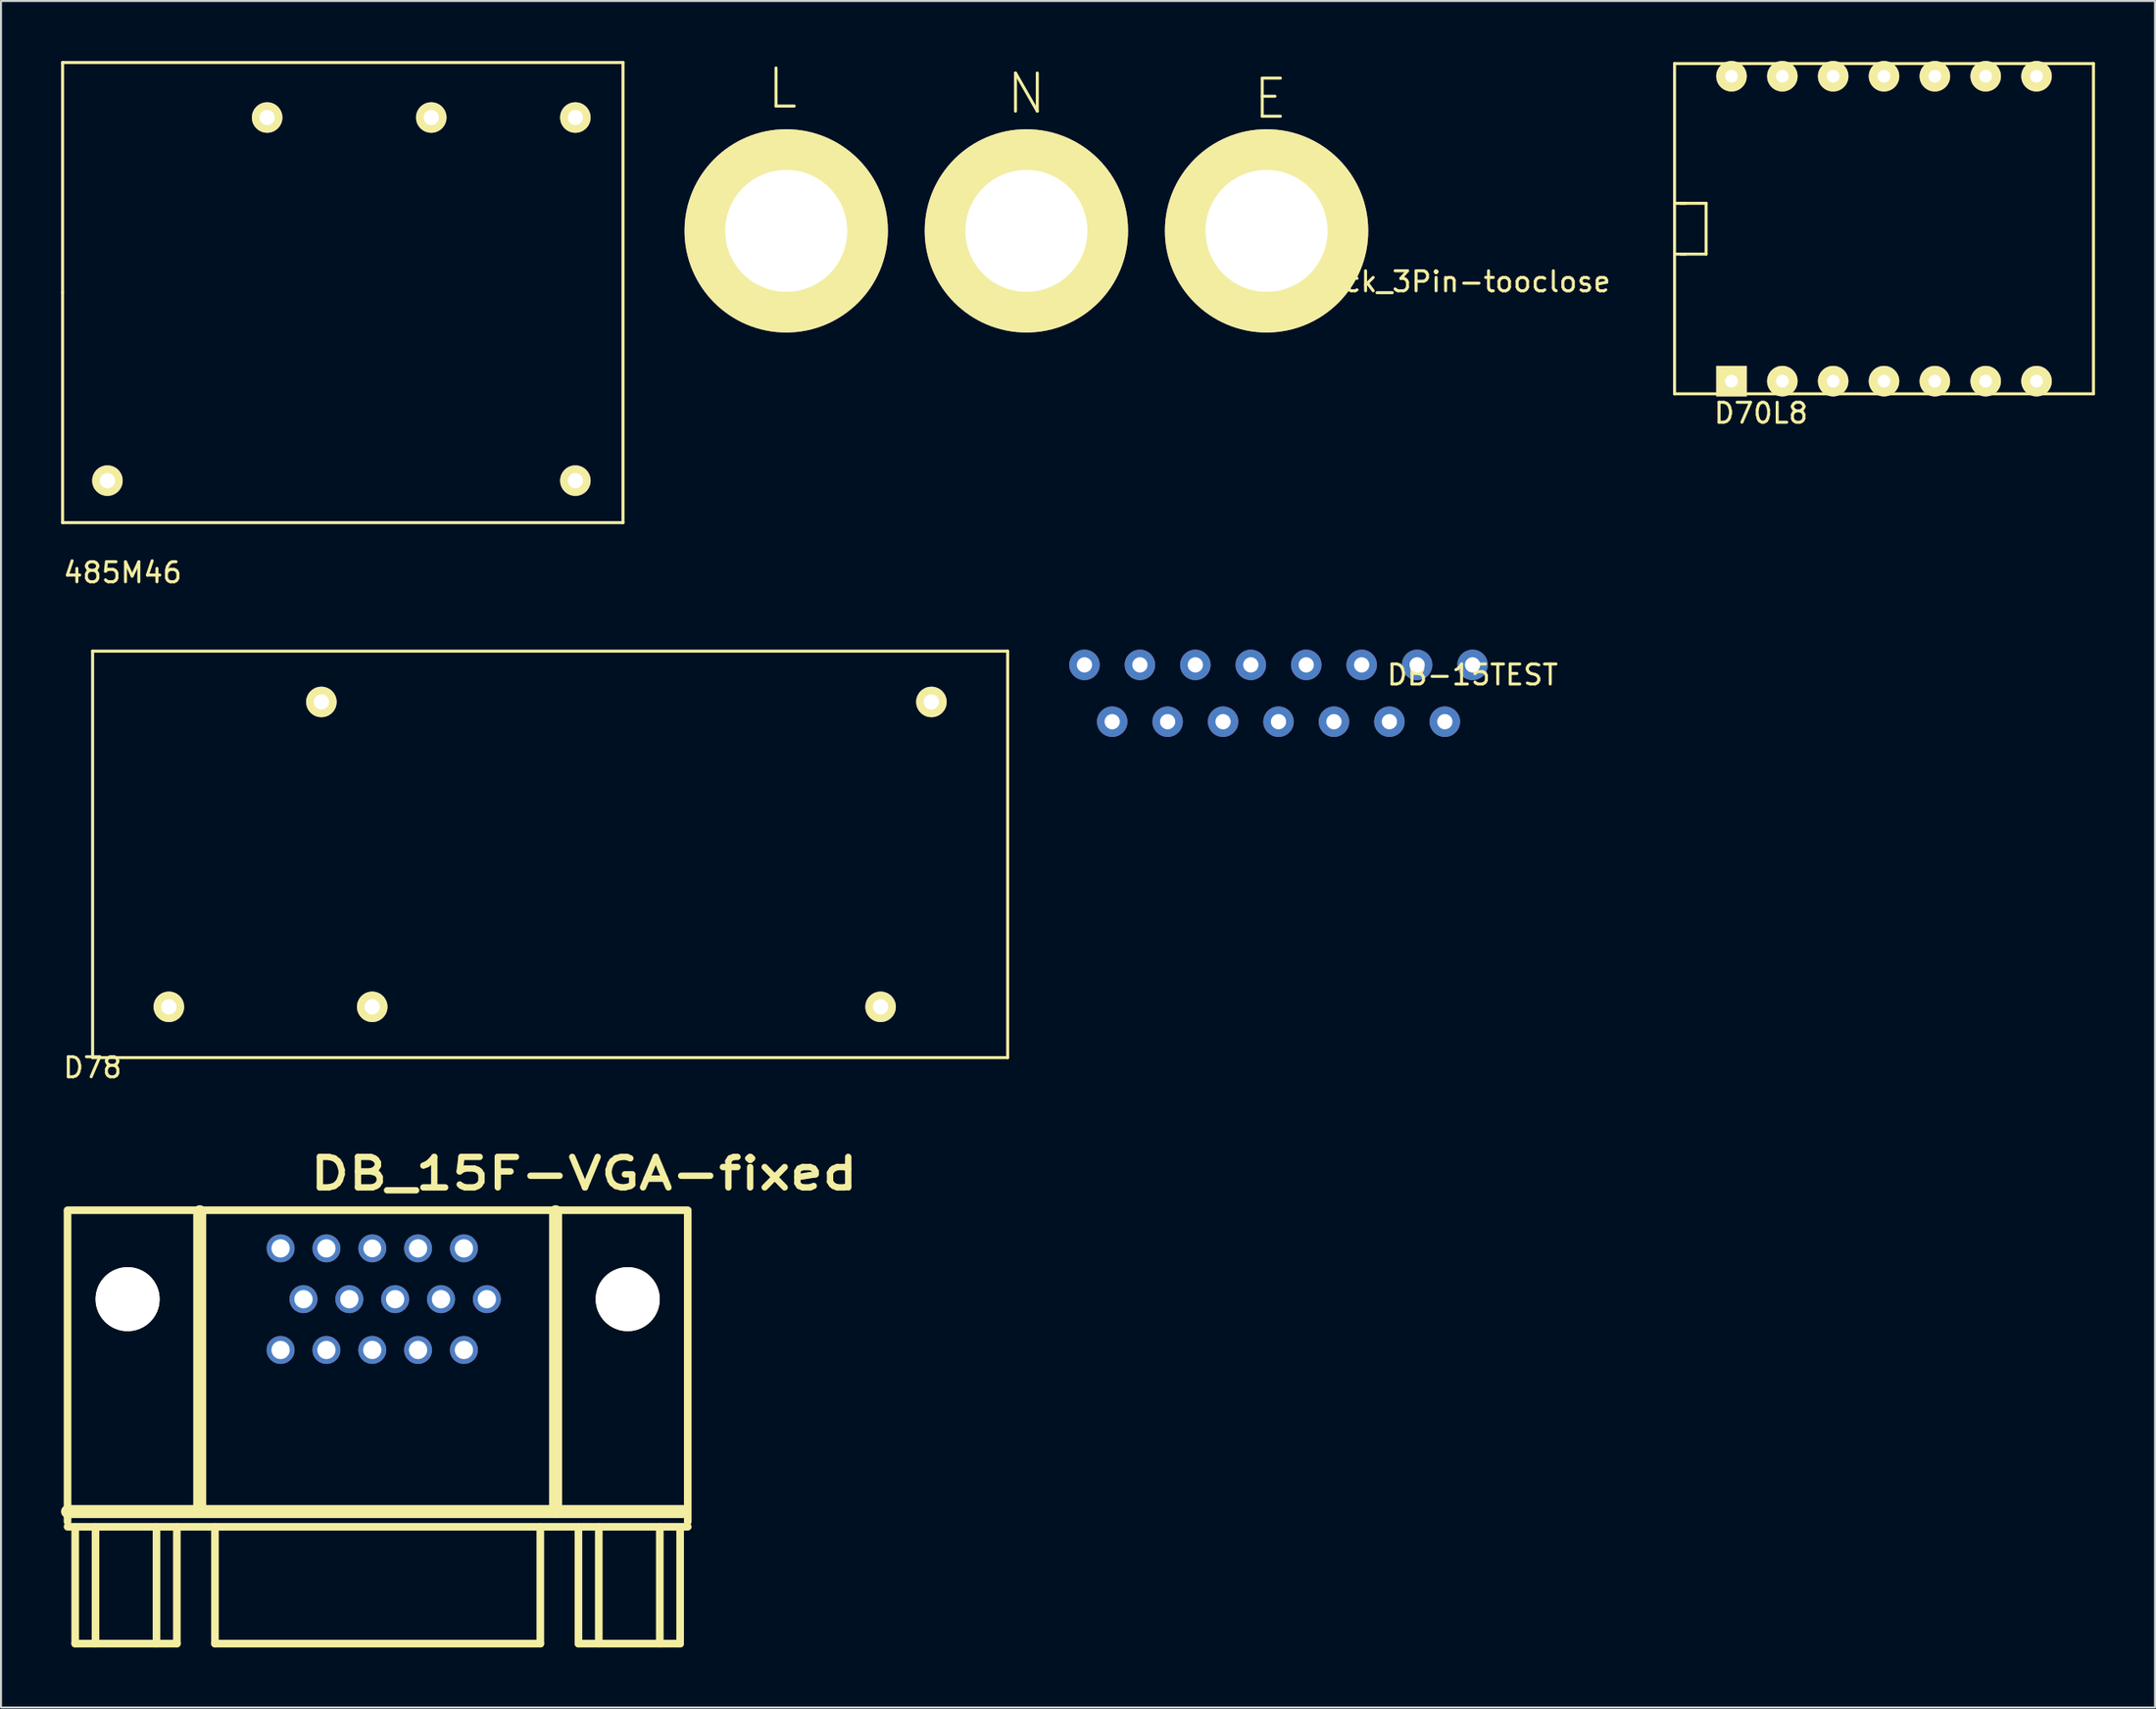
<source format=kicad_pcb>
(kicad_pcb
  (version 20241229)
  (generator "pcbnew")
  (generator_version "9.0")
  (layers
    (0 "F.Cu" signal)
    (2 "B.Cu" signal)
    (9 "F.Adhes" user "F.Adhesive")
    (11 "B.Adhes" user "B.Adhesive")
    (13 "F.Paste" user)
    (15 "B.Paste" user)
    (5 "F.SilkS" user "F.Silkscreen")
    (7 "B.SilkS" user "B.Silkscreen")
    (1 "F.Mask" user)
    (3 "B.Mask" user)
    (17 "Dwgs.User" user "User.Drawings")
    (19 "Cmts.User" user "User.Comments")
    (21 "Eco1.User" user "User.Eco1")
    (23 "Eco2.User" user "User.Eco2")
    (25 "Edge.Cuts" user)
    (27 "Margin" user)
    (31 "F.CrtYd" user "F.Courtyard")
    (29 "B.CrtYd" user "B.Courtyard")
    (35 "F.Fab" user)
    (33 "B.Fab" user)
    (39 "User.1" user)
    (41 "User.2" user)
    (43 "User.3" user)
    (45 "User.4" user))
  (footprint "Banana_Jack_3Pin-tooclose"
    (layer "F.Cu")
    (at 48.232 8.49)
    (property "Reference" "Banana_Jack_3Pin-tooclose" (at 18.542 2.54 0) (layer "F.SilkS") (effects (font (size 1 1) (thickness 0.15))))
    (attr through_hole)
    (fp_text user "E" (at 12.192 -6.604 0) (layer "F.SilkS") (effects (font (size 1.905 1.905) (thickness 0.15))))
    (fp_text user "N" (at 0 -6.858 0) (layer "F.SilkS") (effects (font (size 1.905 1.905) (thickness 0.15))))
    (fp_text user "L" (at -12.192 -7.112 0) (layer "F.SilkS") (effects (font (size 1.905 1.905) (thickness 0.15))))
    (pad "1" thru_hole circle (at -12 0) (size 10.16 10.16) (drill 6.096) (layers "*.Cu" "*.Mask" "F.SilkS"))
    (pad "2" thru_hole circle (at 0 0) (size 10.16 10.16) (drill 6.096) (layers "*.Cu" "*.Mask" "F.SilkS"))
    (pad "3" thru_hole circle (at 12 0) (size 10.16 10.16) (drill 6.096) (layers "*.Cu" "*.Mask" "F.SilkS")))
  (footprint "DB-15TEST"
    (layer "F.Cu")
    (at 70.524 30.185)
    (property "Reference" "DB-15TEST" (at 0 0.5 0) (layer "F.SilkS") (effects (font (size 1 1) (thickness 0.15))))
    (attr through_hole)
    (pad "1" thru_hole circle (at 0 0) (size 1.524 1.524) (drill 0.762) (layers "*.Cu" "*.Mask"))
    (pad "2" thru_hole circle (at -2.77 0) (size 1.524 1.524) (drill 0.762) (layers "*.Cu" "*.Mask"))
    (pad "3" thru_hole circle (at -5.54 0) (size 1.524 1.524) (drill 0.762) (layers "*.Cu" "*.Mask"))
    (pad "4" thru_hole circle (at -8.31 0) (size 1.524 1.524) (drill 0.762) (layers "*.Cu" "*.Mask"))
    (pad "5" thru_hole circle (at -11.08 0) (size 1.524 1.524) (drill 0.762) (layers "*.Cu" "*.Mask"))
    (pad "6" thru_hole circle (at -13.85 0) (size 1.524 1.524) (drill 0.762) (layers "*.Cu" "*.Mask"))
    (pad "7" thru_hole circle (at -16.62 0) (size 1.524 1.524) (drill 0.762) (layers "*.Cu" "*.Mask"))
    (pad "8" thru_hole circle (at -19.39 0) (size 1.524 1.524) (drill 0.762) (layers "*.Cu" "*.Mask"))
    (pad "9" thru_hole circle (at -1.385 2.84) (size 1.524 1.524) (drill 0.762) (layers "*.Cu" "*.Mask"))
    (pad "10" thru_hole circle (at -4.155 2.84) (size 1.524 1.524) (drill 0.762) (layers "*.Cu" "*.Mask"))
    (pad "11" thru_hole circle (at -6.925 2.84) (size 1.524 1.524) (drill 0.762) (layers "*.Cu" "*.Mask"))
    (pad "12" thru_hole circle (at -9.695 2.84) (size 1.524 1.524) (drill 0.762) (layers "*.Cu" "*.Mask"))
    (pad "13" thru_hole circle (at -12.465 2.84) (size 1.524 1.524) (drill 0.762) (layers "*.Cu" "*.Mask"))
    (pad "14" thru_hole circle (at -15.235 2.84) (size 1.524 1.524) (drill 0.762) (layers "*.Cu" "*.Mask"))
    (pad "15" thru_hole circle (at -18.005 2.84) (size 1.524 1.524) (drill 0.762) (layers "*.Cu" "*.Mask")))
  (footprint "D78"
    (layer "F.Cu")
    (at 1.577 49.818)
    (property "Reference" "D78" (at 0 0.5 0) (layer "F.SilkS") (effects (font (size 1 1) (thickness 0.15))))
    (attr through_hole)
    (fp_line (start 0 -20.32) (end 0 0) (stroke (width 0.15) (type solid)) (layer "F.SilkS"))
    (fp_line (start 0 0) (end 45.72 0) (stroke (width 0.15) (type solid)) (layer "F.SilkS"))
    (fp_line (start 45.72 -20.32) (end 0 -20.32) (stroke (width 0.15) (type solid)) (layer "F.SilkS"))
    (fp_line (start 45.72 0) (end 45.72 -20.32) (stroke (width 0.15) (type solid)) (layer "F.SilkS"))
    (pad "1" thru_hole circle (at 11.43 -17.78) (size 1.524 1.524) (drill 0.762) (layers "*.Cu" "*.Mask" "F.SilkS"))
    (pad "2" thru_hole circle (at 41.91 -17.78) (size 1.524 1.524) (drill 0.762) (layers "*.Cu" "*.Mask" "F.SilkS"))
    (pad "3" thru_hole circle (at 39.37 -2.54) (size 1.524 1.524) (drill 0.762) (layers "*.Cu" "*.Mask" "F.SilkS"))
    (pad "4" thru_hole circle (at 13.97 -2.54) (size 1.524 1.524) (drill 0.762) (layers "*.Cu" "*.Mask" "F.SilkS"))
    (pad "5" thru_hole circle (at 3.81 -2.54) (size 1.524 1.524) (drill 0.762) (layers "*.Cu" "*.Mask" "F.SilkS")))
  (footprint "485M46"
    (layer "F.Cu")
    (at 14.077 11.575)
    (property "Reference" "485M46" (at -11 14 0) (layer "F.SilkS") (effects (font (size 1 1) (thickness 0.15))))
    (attr through_hole)
    (fp_line (start -14 -11.5) (end 14 -11.5) (stroke (width 0.15) (type solid)) (layer "F.SilkS"))
    (fp_line (start -14 0) (end -14 -11.5) (stroke (width 0.15) (type solid)) (layer "F.SilkS"))
    (fp_line (start -14 11.5) (end -14 0) (stroke (width 0.15) (type solid)) (layer "F.SilkS"))
    (fp_line (start 14 -11.5) (end 14 11.5) (stroke (width 0.15) (type solid)) (layer "F.SilkS"))
    (fp_line (start 14 11.5) (end -14 11.5) (stroke (width 0.15) (type solid)) (layer "F.SilkS"))
    (pad "1" thru_hole circle (at -11.76 9.4) (size 1.524 1.524) (drill 0.762) (layers "*.Cu" "*.Mask" "F.SilkS"))
    (pad "2" thru_hole circle (at 11.62 9.4) (size 1.524 1.524) (drill 0.762) (layers "*.Cu" "*.Mask" "F.SilkS"))
    (pad "3" thru_hole circle (at 11.62 -8.75) (size 1.524 1.524) (drill 0.762) (layers "*.Cu" "*.Mask" "F.SilkS"))
    (pad "4" thru_hole circle (at 4.42 -8.75) (size 1.524 1.524) (drill 0.762) (layers "*.Cu" "*.Mask" "F.SilkS"))
    (pad "5" thru_hole circle (at -3.78 -8.75) (size 1.524 1.524) (drill 0.762) (layers "*.Cu" "*.Mask" "F.SilkS")))
  (footprint "DB_15F-VGA-fixed"
    (layer "F.Cu")
    (at 15.819 65.902)
    (property "Reference" "DB_15F-VGA-fixed" (at 10.312 -10.287 0) (layer "F.SilkS") (effects (font (size 1.524 1.905) (thickness 0.318))))
    (attr through_hole)
    (fp_line (start -15.494 -8.382) (end -15.494 7.112) (stroke (width 0.381) (type solid)) (layer "F.SilkS"))
    (fp_line (start -15.494 6.604) (end 15.24 6.604) (stroke (width 0.65) (type solid)) (layer "F.SilkS"))
    (fp_line (start -15.494 7.366) (end 15.494 7.366) (stroke (width 0.381) (type solid)) (layer "F.SilkS"))
    (fp_line (start -15.113 7.366) (end -15.113 13.208) (stroke (width 0.381) (type solid)) (layer "F.SilkS"))
    (fp_line (start -15.113 13.208) (end -10.033 13.208) (stroke (width 0.381) (type solid)) (layer "F.SilkS"))
    (fp_line (start -14.097 7.366) (end -14.097 13.208) (stroke (width 0.381) (type solid)) (layer "F.SilkS"))
    (fp_line (start -11.049 7.366) (end -11.049 13.208) (stroke (width 0.381) (type solid)) (layer "F.SilkS"))
    (fp_line (start -10.033 7.366) (end -10.033 13.208) (stroke (width 0.381) (type solid)) (layer "F.SilkS"))
    (fp_line (start -8.89 -8.382) (end -8.89 6.35) (stroke (width 0.65) (type solid)) (layer "F.SilkS"))
    (fp_line (start -8.128 7.366) (end -8.128 13.208) (stroke (width 0.381) (type solid)) (layer "F.SilkS"))
    (fp_line (start -8.128 13.208) (end 8.128 13.208) (stroke (width 0.381) (type solid)) (layer "F.SilkS"))
    (fp_line (start 8.128 13.208) (end 8.128 7.366) (stroke (width 0.381) (type solid)) (layer "F.SilkS"))
    (fp_line (start 8.89 -8.382) (end 8.89 6.604) (stroke (width 0.65) (type solid)) (layer "F.SilkS"))
    (fp_line (start 10.033 7.366) (end 10.033 13.208) (stroke (width 0.381) (type solid)) (layer "F.SilkS"))
    (fp_line (start 10.033 13.208) (end 15.113 13.208) (stroke (width 0.381) (type solid)) (layer "F.SilkS"))
    (fp_line (start 11.049 7.366) (end 11.049 13.208) (stroke (width 0.381) (type solid)) (layer "F.SilkS"))
    (fp_line (start 14.097 7.366) (end 14.097 13.208) (stroke (width 0.381) (type solid)) (layer "F.SilkS"))
    (fp_line (start 15.113 13.208) (end 15.113 7.493) (stroke (width 0.381) (type solid)) (layer "F.SilkS"))
    (fp_line (start 15.494 -8.456) (end -15.494 -8.456) (stroke (width 0.381) (type solid)) (layer "F.SilkS"))
    (fp_line (start 15.494 -8.382) (end 15.494 7.112) (stroke (width 0.381) (type solid)) (layer "F.SilkS"))
    (pad "" np_thru_hole circle (at -12.494 -4.011) (size 3.2 3.2) (drill 3.2) (layers "*.Cu" "*.Mask" "F.SilkS"))
    (pad "" np_thru_hole circle (at 12.494 -4.011) (size 3.2 3.2) (drill 3.2) (layers "*.Cu" "*.Mask" "F.SilkS"))
    (pad "1" thru_hole circle (at 4.31 -6.551) (size 1.397 1.397) (drill 0.914) (layers "*.Cu" "*.Mask"))
    (pad "2" thru_hole circle (at 2.019 -6.551) (size 1.397 1.397) (drill 0.914) (layers "*.Cu" "*.Mask"))
    (pad "3" thru_hole circle (at -0.267 -6.551) (size 1.397 1.397) (drill 0.889) (layers "*.Cu" "*.Mask"))
    (pad "4" thru_hole circle (at -2.56 -6.551) (size 1.397 1.397) (drill 0.914) (layers "*.Cu" "*.Mask"))
    (pad "5" thru_hole circle (at -4.849 -6.551) (size 1.397 1.397) (drill 0.914) (layers "*.Cu" "*.Mask"))
    (pad "6" thru_hole circle (at 5.456 -4.011) (size 1.397 1.397) (drill 0.914) (layers "*.Cu" "*.Mask"))
    (pad "7" thru_hole circle (at 3.165 -4.011) (size 1.397 1.397) (drill 0.914) (layers "*.Cu" "*.Mask"))
    (pad "8" thru_hole circle (at 0.874 -4.011) (size 1.397 1.397) (drill 0.914) (layers "*.Cu" "*.Mask"))
    (pad "9" thru_hole circle (at -1.415 -4.011) (size 1.397 1.397) (drill 0.914) (layers "*.Cu" "*.Mask"))
    (pad "10" thru_hole circle (at -3.706 -4.011) (size 1.397 1.397) (drill 0.914) (layers "*.Cu" "*.Mask"))
    (pad "11" thru_hole circle (at 4.31 -1.471) (size 1.397 1.397) (drill 0.914) (layers "*.Cu" "*.Mask"))
    (pad "12" thru_hole circle (at 2.019 -1.471) (size 1.397 1.397) (drill 0.914) (layers "*.Cu" "*.Mask"))
    (pad "13" thru_hole circle (at -0.269 -1.473) (size 1.397 1.397) (drill 0.914) (layers "*.Cu" "*.Mask"))
    (pad "14" thru_hole circle (at -2.56 -1.471) (size 1.397 1.397) (drill 0.914) (layers "*.Cu" "*.Mask"))
    (pad "15" thru_hole circle (at -4.849 -1.471) (size 1.397 1.397) (drill 0.914) (layers "*.Cu" "*.Mask")))
  (footprint "D70L8"
    (layer "F.Cu")
    (at 83.462 16.002)
    (property "Reference" "D70L8" (at 1.473 1.6 0) (layer "F.SilkS") (effects (font (size 1 1) (thickness 0.15))))
    (attr through_hole)
    (fp_line (start -2.845 -15.875) (end -2.845 0.635) (stroke (width 0.15) (type solid)) (layer "F.SilkS"))
    (fp_line (start -2.54 -8.89) (end -1.27 -8.89) (stroke (width 0.15) (type solid)) (layer "F.SilkS"))
    (fp_line (start -2.286 -8.89) (end -2.794 -8.89) (stroke (width 0.15) (type solid)) (layer "F.SilkS"))
    (fp_line (start -2.286 -6.35) (end -2.794 -6.35) (stroke (width 0.15) (type solid)) (layer "F.SilkS"))
    (fp_line (start -1.27 -8.89) (end -1.27 -6.35) (stroke (width 0.15) (type solid)) (layer "F.SilkS"))
    (fp_line (start -1.27 -6.35) (end -2.54 -6.35) (stroke (width 0.15) (type solid)) (layer "F.SilkS"))
    (fp_line (start 18.085 -15.875) (end -2.845 -15.875) (stroke (width 0.15) (type solid)) (layer "F.SilkS"))
    (fp_line (start 18.085 0.635) (end -2.845 0.635) (stroke (width 0.15) (type solid)) (layer "F.SilkS"))
    (fp_line (start 18.085 0.635) (end 18.085 -15.875) (stroke (width 0.15) (type solid)) (layer "F.SilkS"))
    (pad "1" thru_hole rect (at 0 0) (size 1.524 1.524) (drill 0.635) (layers "*.Cu" "*.Mask" "F.SilkS"))
    (pad "2" thru_hole circle (at 2.54 0) (size 1.524 1.524) (drill 0.635) (layers "*.Cu" "*.Mask" "F.SilkS"))
    (pad "3" thru_hole circle (at 5.08 0) (size 1.524 1.524) (drill 0.635) (layers "*.Cu" "*.Mask" "F.SilkS"))
    (pad "4" thru_hole circle (at 7.62 0) (size 1.524 1.524) (drill 0.635) (layers "*.Cu" "*.Mask" "F.SilkS"))
    (pad "5" thru_hole circle (at 10.16 0) (size 1.524 1.524) (drill 0.635) (layers "*.Cu" "*.Mask" "F.SilkS"))
    (pad "6" thru_hole circle (at 12.7 0) (size 1.524 1.524) (drill 0.635) (layers "*.Cu" "*.Mask" "F.SilkS"))
    (pad "7" thru_hole circle (at 15.24 0) (size 1.524 1.524) (drill 0.635) (layers "*.Cu" "*.Mask" "F.SilkS"))
    (pad "8" thru_hole circle (at 15.24 -15.24) (size 1.524 1.524) (drill 0.635) (layers "*.Cu" "*.Mask" "F.SilkS"))
    (pad "9" thru_hole circle (at 12.7 -15.24) (size 1.524 1.524) (drill 0.635) (layers "*.Cu" "*.Mask" "F.SilkS"))
    (pad "10" thru_hole circle (at 10.16 -15.24) (size 1.524 1.524) (drill 0.635) (layers "*.Cu" "*.Mask" "F.SilkS"))
    (pad "11" thru_hole circle (at 7.62 -15.24) (size 1.524 1.524) (drill 0.635) (layers "*.Cu" "*.Mask" "F.SilkS"))
    (pad "12" thru_hole circle (at 5.08 -15.24) (size 1.524 1.524) (drill 0.635) (layers "*.Cu" "*.Mask" "F.SilkS"))
    (pad "13" thru_hole circle (at 2.54 -15.24) (size 1.524 1.524) (drill 0.635) (layers "*.Cu" "*.Mask" "F.SilkS"))
    (pad "14" thru_hole circle (at 0 -15.24) (size 1.524 1.524) (drill 0.635) (layers "*.Cu" "*.Mask" "F.SilkS")))
  (gr_rect
    (start -3 -3)
    (end 104.622 82.301)
    (stroke (width 0.1) (type default))
    (fill no)
    (layer "Edge.Cuts")))
</source>
